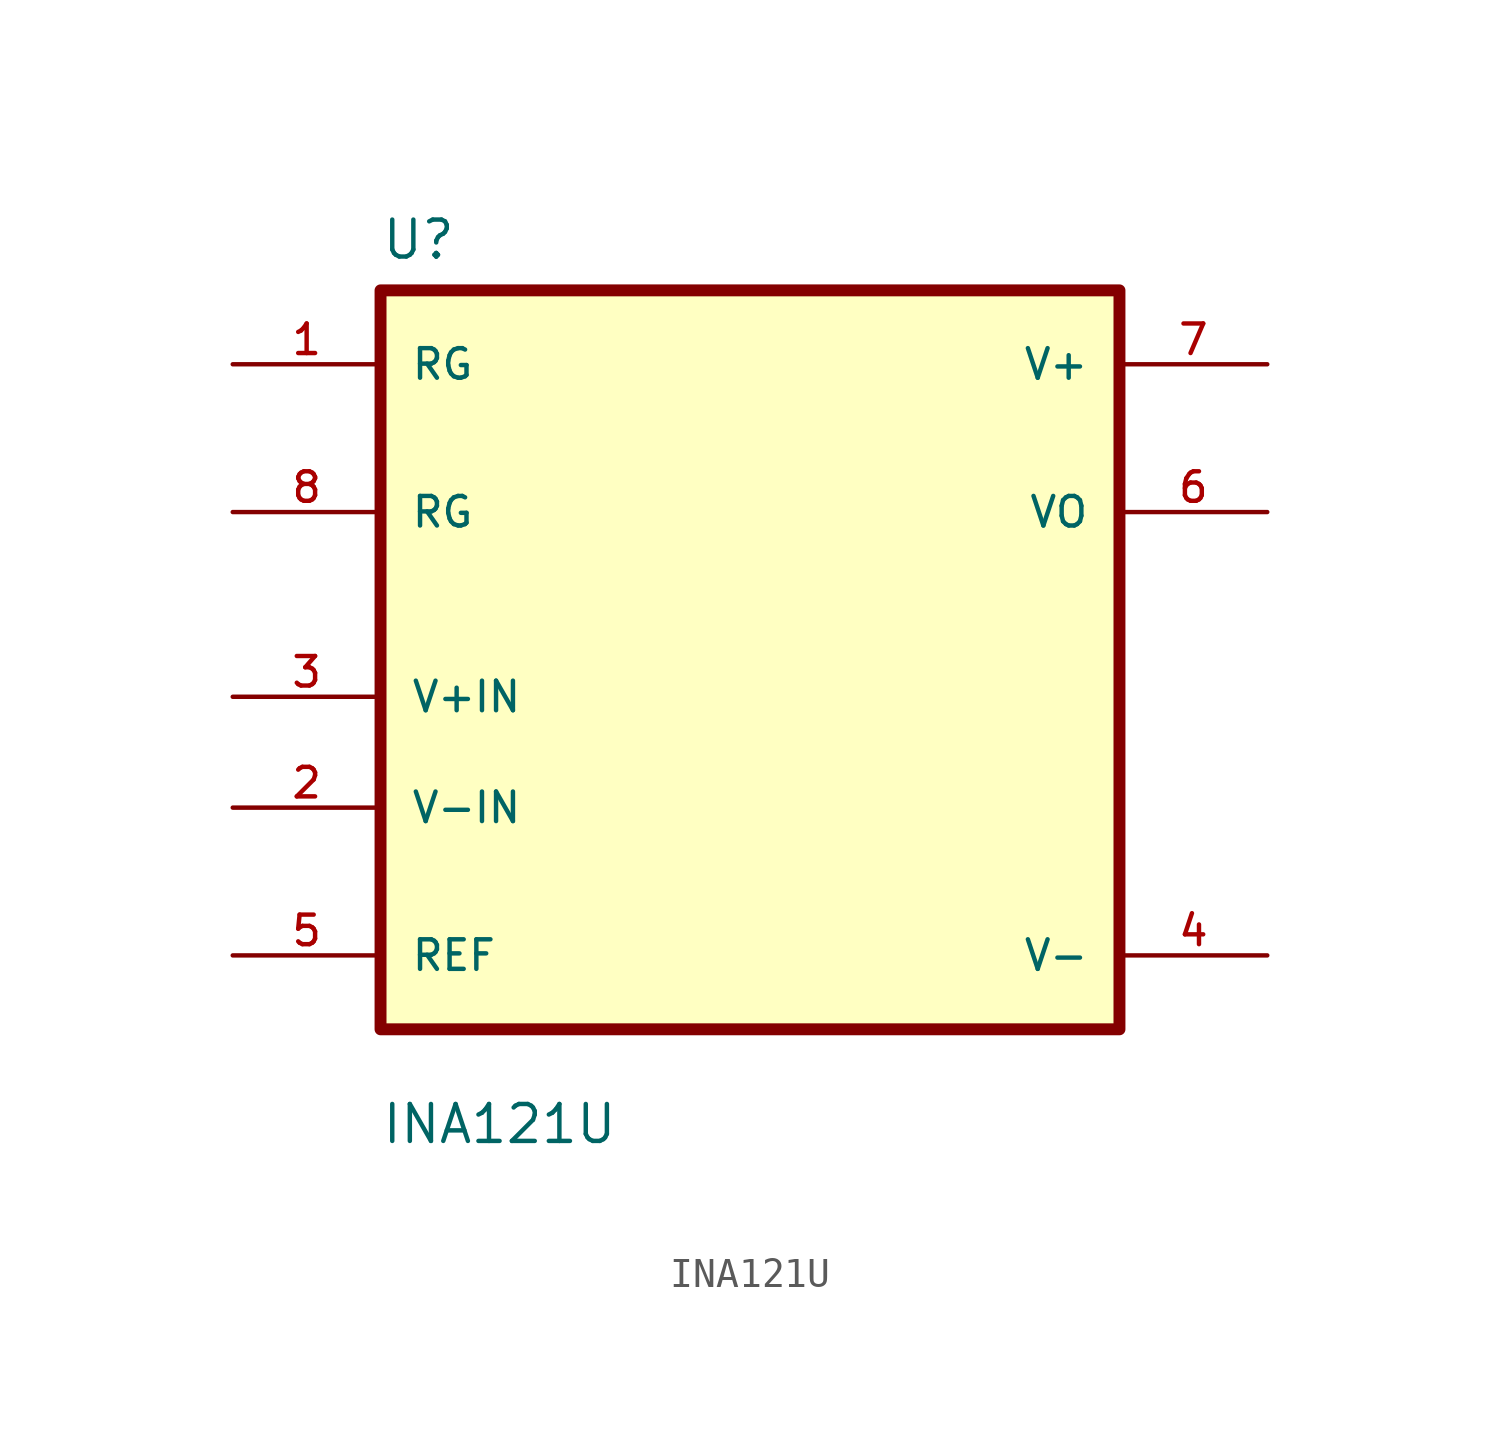
<source format=kicad_sym>
(kicad_symbol_lib
  (version 20241209)
  (generator "kicad_symbol_editor")
  (generator_version "9.0")
  (symbol "INA121U"
    (pin_names
      (offset 1.016))
    (property "Reference" "U"
      (at -12.7 13.7 0)
      (effects (font (size 1.27 1.27)) (justify left bottom)))
    (property "Value" "INA121U"
      (at -12.7 -16.7 0)
      (effects (font (size 1.27 1.27)) (justify left bottom)))
    (symbol "INA121U_0_0"
      (rectangle (start -12.7 12.7) (end 12.7 -12.7) (stroke (width 0.41) (type default)) (fill (type background)))
      (pin input line (at -17.78 10.16 0) (length 5.08) (name "RG" (effects (font (size 1.016 1.016)))) (number "1" (effects (font (size 1.016 1.016)))))
      (pin input line (at -17.78 5.08 0) (length 5.08) (name "RG" (effects (font (size 1.016 1.016)))) (number "8" (effects (font (size 1.016 1.016)))))
      (pin input line (at -17.78 -1.27 0) (length 5.08) (name "V+IN" (effects (font (size 1.016 1.016)))) (number "3" (effects (font (size 1.016 1.016)))))
      (pin input line (at -17.78 -5.08 0) (length 5.08) (name "V-IN" (effects (font (size 1.016 1.016)))) (number "2" (effects (font (size 1.016 1.016)))))
      (pin input line (at -17.78 -10.16 0) (length 5.08) (name "REF" (effects (font (size 1.016 1.016)))) (number "5" (effects (font (size 1.016 1.016)))))
      (pin power_in line (at 17.78 10.16 180) (length 5.08) (name "V+" (effects (font (size 1.016 1.016)))) (number "7" (effects (font (size 1.016 1.016)))))
      (pin output line (at 17.78 5.08 180) (length 5.08) (name "VO" (effects (font (size 1.016 1.016)))) (number "6" (effects (font (size 1.016 1.016)))))
      (pin power_in line (at 17.78 -10.16 180) (length 5.08) (name "V-" (effects (font (size 1.016 1.016)))) (number "4" (effects (font (size 1.016 1.016))))))))
</source>
